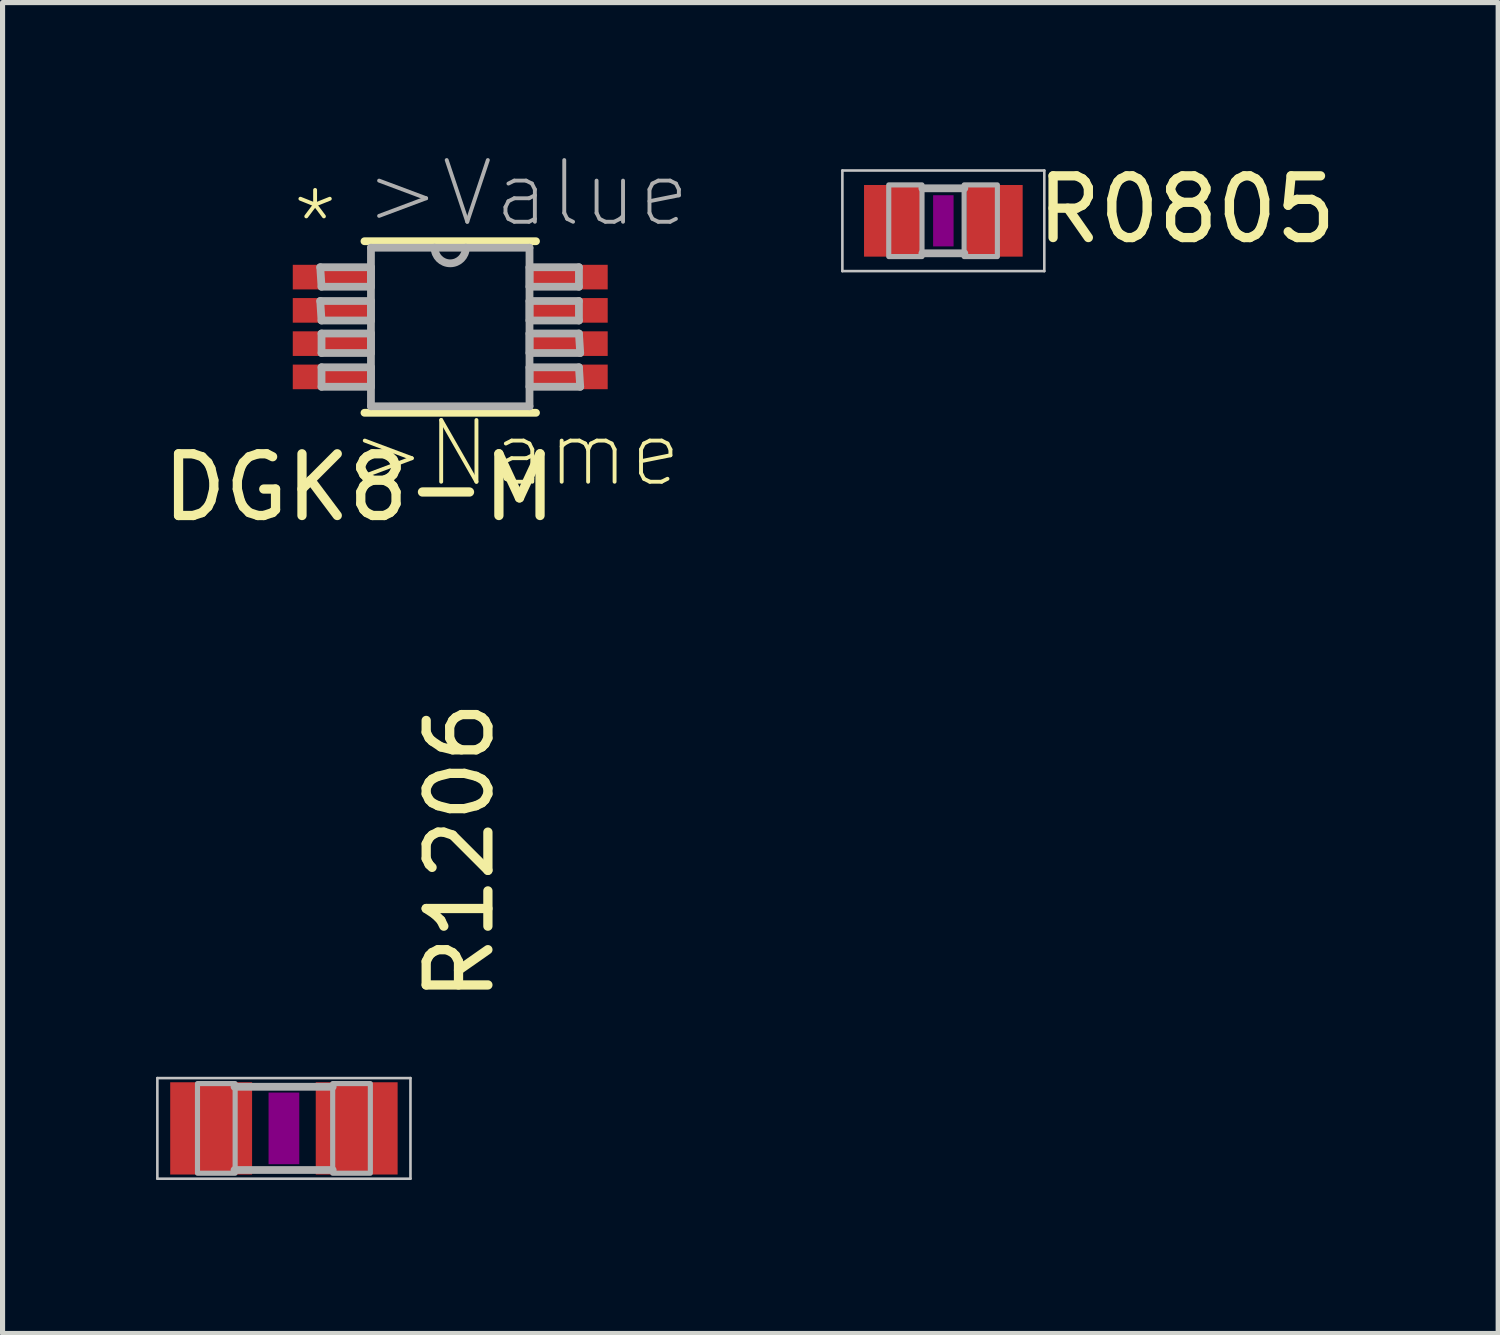
<source format=kicad_pcb>
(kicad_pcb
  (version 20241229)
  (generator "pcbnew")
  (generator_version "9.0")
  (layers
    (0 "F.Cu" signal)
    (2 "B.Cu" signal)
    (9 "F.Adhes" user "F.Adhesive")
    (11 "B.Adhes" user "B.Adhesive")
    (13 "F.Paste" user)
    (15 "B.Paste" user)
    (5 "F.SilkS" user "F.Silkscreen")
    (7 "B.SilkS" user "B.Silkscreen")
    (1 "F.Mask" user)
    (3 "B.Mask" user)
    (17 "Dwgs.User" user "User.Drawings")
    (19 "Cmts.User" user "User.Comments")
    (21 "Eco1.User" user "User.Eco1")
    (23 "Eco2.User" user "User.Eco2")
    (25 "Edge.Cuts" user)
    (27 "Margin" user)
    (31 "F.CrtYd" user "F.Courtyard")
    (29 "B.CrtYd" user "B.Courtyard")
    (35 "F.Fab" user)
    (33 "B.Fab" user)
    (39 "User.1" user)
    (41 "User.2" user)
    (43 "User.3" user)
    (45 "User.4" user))
  (footprint "R0805"
    (layer "F.Cu")
    (at 15.384 1.265)
    (property "Reference" "R0805" (at 1.738 0.484 0) (layer "F.SilkS") (effects (font (size 1.206 1.206) (thickness 0.181)) (justify left bottom)))
    (attr through_hole)
    (fp_poly (pts (xy -0.2 0.5) (xy 0.2 0.5) (xy 0.2 -0.5) (xy -0.2 -0.5)) (stroke (width 0) (type solid)) (fill yes) (layer "F.Adhes"))
    (fp_line (start -1.973 -0.983) (end 1.973 -0.983) (stroke (width 0.051) (type solid)) (layer "Dwgs.User"))
    (fp_line (start -1.973 0.983) (end -1.973 -0.983) (stroke (width 0.051) (type solid)) (layer "Dwgs.User"))
    (fp_line (start 1.973 -0.983) (end 1.973 0.983) (stroke (width 0.051) (type solid)) (layer "Dwgs.User"))
    (fp_line (start 1.973 0.983) (end -1.973 0.983) (stroke (width 0.051) (type solid)) (layer "Dwgs.User"))
    (fp_line (start -0.41 -0.635) (end 0.41 -0.635) (stroke (width 0.152) (type solid)) (layer "F.Fab"))
    (fp_line (start -0.41 0.635) (end 0.41 0.635) (stroke (width 0.152) (type solid)) (layer "F.Fab"))
    (fp_poly (pts (xy -1.067 0.699) (xy -0.417 0.699) (xy -0.417 -0.702) (xy -1.067 -0.702)) (stroke (width 0.1) (type solid)) (fill no) (layer "F.Fab"))
    (fp_poly (pts (xy 0.406 0.699) (xy 1.056 0.699) (xy 1.056 -0.702) (xy 0.406 -0.702)) (stroke (width 0.1) (type solid)) (fill no) (layer "F.Fab"))
    (pad "1" smd rect (at -1 0) (size 1.1 1.4) (layers "F.Cu" "F.Mask" "F.Paste"))
    (pad "2" smd rect (at 1 0) (size 1.1 1.4) (layers "F.Cu" "F.Mask" "F.Paste")))
  (footprint "R1206"
    (layer "F.Cu")
    (at 2.498 19)
    (property "Reference" "R1206" (at 4.143 -2.397 270) (layer "F.SilkS") (effects (font (size 1.206 1.206) (thickness 0.181)) (justify left bottom)))
    (attr through_hole)
    (fp_poly (pts (xy -0.3 0.7) (xy 0.3 0.7) (xy 0.3 -0.7) (xy -0.3 -0.7)) (stroke (width 0) (type solid)) (fill yes) (layer "F.Adhes"))
    (fp_line (start -2.473 -0.983) (end 2.473 -0.983) (stroke (width 0.051) (type solid)) (layer "Dwgs.User"))
    (fp_line (start -2.473 0.983) (end -2.473 -0.983) (stroke (width 0.051) (type solid)) (layer "Dwgs.User"))
    (fp_line (start 2.473 -0.983) (end 2.473 0.983) (stroke (width 0.051) (type solid)) (layer "Dwgs.User"))
    (fp_line (start 2.473 0.983) (end -2.473 0.983) (stroke (width 0.051) (type solid)) (layer "Dwgs.User"))
    (fp_line (start 0.953 -0.813) (end -0.965 -0.813) (stroke (width 0.152) (type solid)) (layer "F.Fab"))
    (fp_line (start 0.953 0.813) (end -0.965 0.813) (stroke (width 0.152) (type solid)) (layer "F.Fab"))
    (fp_poly (pts (xy -1.689 0.876) (xy -0.953 0.876) (xy -0.953 -0.876) (xy -1.689 -0.876)) (stroke (width 0.1) (type solid)) (fill no) (layer "F.Fab"))
    (fp_poly (pts (xy 0.953 0.876) (xy 1.689 0.876) (xy 1.689 -0.876) (xy 0.953 -0.876)) (stroke (width 0.1) (type solid)) (fill no) (layer "F.Fab"))
    (pad "1" smd rect (at -1.422 0) (size 1.6 1.803) (layers "F.Cu" "F.Mask" "F.Paste"))
    (pad "2" smd rect (at 1.422 0) (size 1.6 1.803) (layers "F.Cu" "F.Mask" "F.Paste")))
  (footprint "DGK8-M"
    (layer "F.Cu")
    (at 5.748 3.34)
    (property "Reference" "DGK8-M" (at -1.777 3.135 0) (layer "F.SilkS") (effects (font (size 1.206 1.206) (thickness 0.181))))
    (attr through_hole)
    (fp_line (start -1.676 1.676) (end 1.676 1.676) (stroke (width 0.152) (type solid)) (layer "F.SilkS"))
    (fp_line (start 1.676 -1.676) (end -1.676 -1.676) (stroke (width 0.152) (type solid)) (layer "F.SilkS"))
    (fp_line (start -2.54 -1.168) (end -2.515 -0.787) (stroke (width 0.152) (type solid)) (layer "F.Fab"))
    (fp_line (start -2.54 -0.508) (end -2.515 -0.127) (stroke (width 0.152) (type solid)) (layer "F.Fab"))
    (fp_line (start -2.515 -0.787) (end -1.549 -0.787) (stroke (width 0.152) (type solid)) (layer "F.Fab"))
    (fp_line (start -2.515 -0.127) (end -1.549 -0.127) (stroke (width 0.152) (type solid)) (layer "F.Fab"))
    (fp_line (start -2.515 0.127) (end -2.515 0.508) (stroke (width 0.152) (type solid)) (layer "F.Fab"))
    (fp_line (start -2.515 0.508) (end -1.549 0.508) (stroke (width 0.152) (type solid)) (layer "F.Fab"))
    (fp_line (start -2.515 0.787) (end -2.515 1.168) (stroke (width 0.152) (type solid)) (layer "F.Fab"))
    (fp_line (start -2.515 1.168) (end -1.549 1.168) (stroke (width 0.152) (type solid)) (layer "F.Fab"))
    (fp_line (start -1.549 -1.549) (end -1.549 1.549) (stroke (width 0.152) (type solid)) (layer "F.Fab"))
    (fp_line (start -1.549 -1.168) (end -2.54 -1.168) (stroke (width 0.152) (type solid)) (layer "F.Fab"))
    (fp_line (start -1.549 -0.787) (end -1.549 -1.168) (stroke (width 0.152) (type solid)) (layer "F.Fab"))
    (fp_line (start -1.549 -0.508) (end -2.54 -0.508) (stroke (width 0.152) (type solid)) (layer "F.Fab"))
    (fp_line (start -1.549 -0.127) (end -1.549 -0.508) (stroke (width 0.152) (type solid)) (layer "F.Fab"))
    (fp_line (start -1.549 0.127) (end -2.515 0.127) (stroke (width 0.152) (type solid)) (layer "F.Fab"))
    (fp_line (start -1.549 0.508) (end -1.549 0.127) (stroke (width 0.152) (type solid)) (layer "F.Fab"))
    (fp_line (start -1.549 0.787) (end -2.515 0.787) (stroke (width 0.152) (type solid)) (layer "F.Fab"))
    (fp_line (start -1.549 1.168) (end -1.549 0.787) (stroke (width 0.152) (type solid)) (layer "F.Fab"))
    (fp_line (start -1.549 1.549) (end 1.549 1.549) (stroke (width 0.152) (type solid)) (layer "F.Fab"))
    (fp_line (start -0.305 -1.549) (end -1.549 -1.549) (stroke (width 0.152) (type solid)) (layer "F.Fab"))
    (fp_line (start 0.305 -1.549) (end -0.305 -1.549) (stroke (width 0.152) (type solid)) (layer "F.Fab"))
    (fp_line (start 1.549 -1.549) (end 0.305 -1.549) (stroke (width 0.152) (type solid)) (layer "F.Fab"))
    (fp_line (start 1.549 -1.168) (end 1.549 -0.787) (stroke (width 0.152) (type solid)) (layer "F.Fab"))
    (fp_line (start 1.549 -0.787) (end 2.515 -0.787) (stroke (width 0.152) (type solid)) (layer "F.Fab"))
    (fp_line (start 1.549 -0.508) (end 1.549 -0.127) (stroke (width 0.152) (type solid)) (layer "F.Fab"))
    (fp_line (start 1.549 -0.127) (end 2.515 -0.127) (stroke (width 0.152) (type solid)) (layer "F.Fab"))
    (fp_line (start 1.549 0.127) (end 1.549 0.508) (stroke (width 0.152) (type solid)) (layer "F.Fab"))
    (fp_line (start 1.549 0.508) (end 2.54 0.508) (stroke (width 0.152) (type solid)) (layer "F.Fab"))
    (fp_line (start 1.549 0.787) (end 1.549 1.168) (stroke (width 0.152) (type solid)) (layer "F.Fab"))
    (fp_line (start 1.549 1.168) (end 2.54 1.168) (stroke (width 0.152) (type solid)) (layer "F.Fab"))
    (fp_line (start 1.549 1.549) (end 1.549 -1.549) (stroke (width 0.152) (type solid)) (layer "F.Fab"))
    (fp_line (start 2.515 -1.168) (end 1.549 -1.168) (stroke (width 0.152) (type solid)) (layer "F.Fab"))
    (fp_line (start 2.515 -0.787) (end 2.515 -1.168) (stroke (width 0.152) (type solid)) (layer "F.Fab"))
    (fp_line (start 2.515 -0.508) (end 1.549 -0.508) (stroke (width 0.152) (type solid)) (layer "F.Fab"))
    (fp_line (start 2.515 -0.127) (end 2.515 -0.508) (stroke (width 0.152) (type solid)) (layer "F.Fab"))
    (fp_line (start 2.515 0.127) (end 1.549 0.127) (stroke (width 0.152) (type solid)) (layer "F.Fab"))
    (fp_line (start 2.515 0.787) (end 1.549 0.787) (stroke (width 0.152) (type solid)) (layer "F.Fab"))
    (fp_line (start 2.54 0.508) (end 2.515 0.127) (stroke (width 0.152) (type solid)) (layer "F.Fab"))
    (fp_line (start 2.54 1.168) (end 2.515 0.787) (stroke (width 0.152) (type solid)) (layer "F.Fab"))
    (fp_arc (start 0.3048 -1.5494) (mid 0 -1.2446) (end -0.3048 -1.5494) (stroke (width 0.1524) (type solid)) (layer "F.Fab"))
    (fp_text user "*" (at -3.15 -1.321 0) (layer "F.SilkS") (effects (font (size 1.206 1.206) (thickness 0.076)) (justify left bottom)))
    (fp_text user ">Name" (at -2.007 3.175 0) (layer "F.SilkS") (effects (font (size 1.206 1.206) (thickness 0.076)) (justify left bottom)))
    (fp_text user ">Value" (at -1.727 -1.905 0) (layer "F.Fab") (effects (font (size 1.206 1.206) (thickness 0.076)) (justify left bottom)))
    (pad "1" smd rect (at -2.313 -0.975) (size 1.528 0.481) (layers "F.Cu" "F.Mask" "F.Paste"))
    (pad "2" smd rect (at -2.313 -0.325) (size 1.528 0.481) (layers "F.Cu" "F.Mask" "F.Paste"))
    (pad "3" smd rect (at -2.313 0.325) (size 1.528 0.481) (layers "F.Cu" "F.Mask" "F.Paste"))
    (pad "4" smd rect (at -2.313 0.975) (size 1.528 0.481) (layers "F.Cu" "F.Mask" "F.Paste"))
    (pad "5" smd rect (at 2.313 0.975) (size 1.528 0.481) (layers "F.Cu" "F.Mask" "F.Paste"))
    (pad "6" smd rect (at 2.313 0.325) (size 1.528 0.481) (layers "F.Cu" "F.Mask" "F.Paste"))
    (pad "7" smd rect (at 2.313 -0.325) (size 1.528 0.481) (layers "F.Cu" "F.Mask" "F.Paste"))
    (pad "8" smd rect (at 2.313 -0.975) (size 1.528 0.481) (layers "F.Cu" "F.Mask" "F.Paste")))
  (gr_rect
    (start -3 -3)
    (end 26.226 23.008)
    (stroke (width 0.1) (type default))
    (fill no)
    (layer "Edge.Cuts")))
</source>
